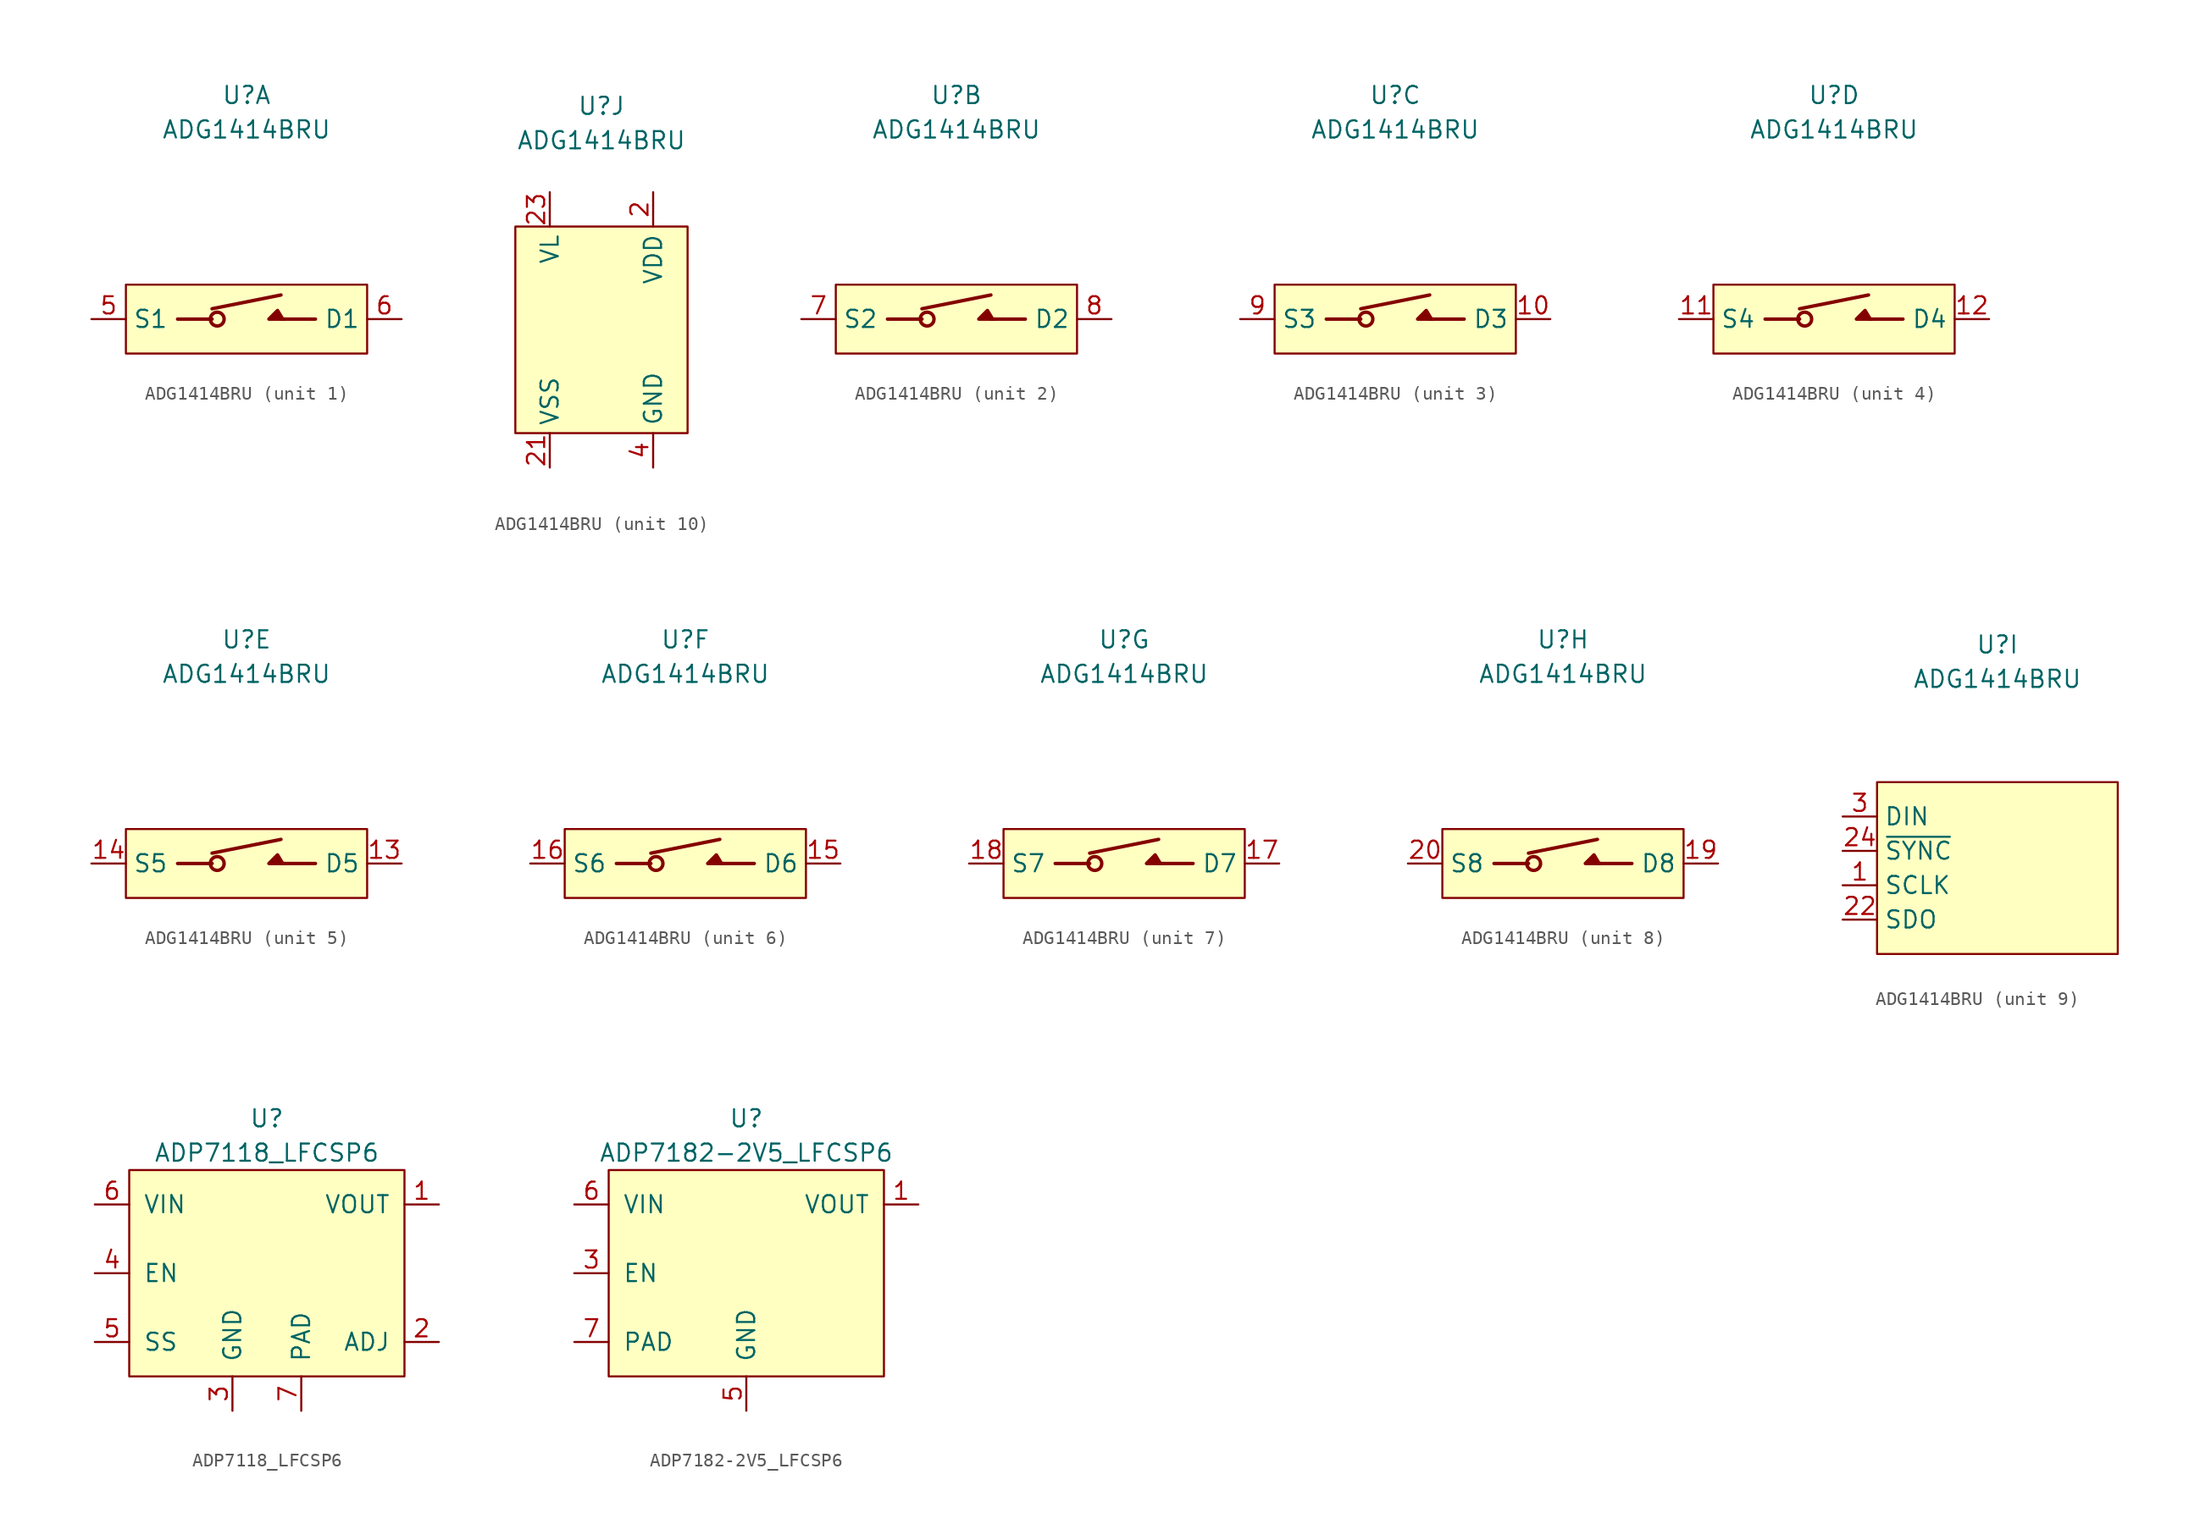
<source format=kicad_sym>
(kicad_symbol_lib
  (version 20220914)
  (generator kicad_symbol_editor)
  (symbol "ADG1414BRU"
    (property "Reference" "U"
      (at 0 16.51 0)
      (effects (font (size 1.27 1.27))))
    (property "Value" "ADG1414BRU"
      (at 0 13.97 0)
      (effects (font (size 1.27 1.27))))
    (symbol "ADG1414BRU_1_0"
      (polyline (pts (xy 2.794 0) (xy 1.651 0) (xy 2.286 0.635) (xy 2.667 0)) (stroke (width 0.254) (type default)) (fill (type outline))))
    (symbol "ADG1414BRU_1_1"
      (rectangle (start -8.89 2.54) (end 8.89 -2.54) (stroke (width 0) (type default)) (fill (type background)))
      (circle (center -2.159 0) (radius 0.508) (stroke (width 0.254) (type default)) (fill (type none)))
      (polyline (pts (xy -5.08 0) (xy -2.54 0)) (stroke (width 0.254) (type default)) (fill (type none)))
      (polyline (pts (xy -2.54 0.762) (xy 2.54 1.778)) (stroke (width 0.254) (type default)) (fill (type none)))
      (polyline (pts (xy 2.54 0) (xy 5.08 0)) (stroke (width 0.254) (type default)) (fill (type none)))
      (pin passive line (at -11.43 0 0) (length 2.54) (name "S1" (effects (font (size 1.27 1.27)))) (number "5" (effects (font (size 1.27 1.27)))))
      (pin passive line (at 11.43 0 180) (length 2.54) (name "D1" (effects (font (size 1.27 1.27)))) (number "6" (effects (font (size 1.27 1.27))))))
    (symbol "ADG1414BRU_2_1"
      (rectangle (start -8.89 2.54) (end 8.89 -2.54) (stroke (width 0) (type default)) (fill (type background)))
      (circle (center -2.159 0) (radius 0.508) (stroke (width 0.254) (type default)) (fill (type none)))
      (polyline (pts (xy -5.08 0) (xy -2.54 0)) (stroke (width 0.254) (type default)) (fill (type none)))
      (polyline (pts (xy -2.54 0.762) (xy 2.54 1.778)) (stroke (width 0.254) (type default)) (fill (type none)))
      (polyline (pts (xy 2.54 0) (xy 5.08 0)) (stroke (width 0.254) (type default)) (fill (type none)))
      (polyline (pts (xy 2.794 0) (xy 1.651 0) (xy 2.286 0.635) (xy 2.667 0)) (stroke (width 0.254) (type default)) (fill (type outline)))
      (pin passive line (at -11.43 0 0) (length 2.54) (name "S2" (effects (font (size 1.27 1.27)))) (number "7" (effects (font (size 1.27 1.27)))))
      (pin passive line (at 11.43 0 180) (length 2.54) (name "D2" (effects (font (size 1.27 1.27)))) (number "8" (effects (font (size 1.27 1.27))))))
    (symbol "ADG1414BRU_3_1"
      (rectangle (start -8.89 2.54) (end 8.89 -2.54) (stroke (width 0) (type default)) (fill (type background)))
      (circle (center -2.159 0) (radius 0.508) (stroke (width 0.254) (type default)) (fill (type none)))
      (polyline (pts (xy -5.08 0) (xy -2.54 0)) (stroke (width 0.254) (type default)) (fill (type none)))
      (polyline (pts (xy -2.54 0.762) (xy 2.54 1.778)) (stroke (width 0.254) (type default)) (fill (type none)))
      (polyline (pts (xy 2.54 0) (xy 5.08 0)) (stroke (width 0.254) (type default)) (fill (type none)))
      (polyline (pts (xy 2.794 0) (xy 1.651 0) (xy 2.286 0.635) (xy 2.667 0)) (stroke (width 0.254) (type default)) (fill (type outline)))
      (pin passive line (at 11.43 0 180) (length 2.54) (name "D3" (effects (font (size 1.27 1.27)))) (number "10" (effects (font (size 1.27 1.27)))))
      (pin passive line (at -11.43 0 0) (length 2.54) (name "S3" (effects (font (size 1.27 1.27)))) (number "9" (effects (font (size 1.27 1.27))))))
    (symbol "ADG1414BRU_4_1"
      (rectangle (start -8.89 2.54) (end 8.89 -2.54) (stroke (width 0) (type default)) (fill (type background)))
      (circle (center -2.159 0) (radius 0.508) (stroke (width 0.254) (type default)) (fill (type none)))
      (polyline (pts (xy -5.08 0) (xy -2.54 0)) (stroke (width 0.254) (type default)) (fill (type none)))
      (polyline (pts (xy -2.54 0.762) (xy 2.54 1.778)) (stroke (width 0.254) (type default)) (fill (type none)))
      (polyline (pts (xy 2.54 0) (xy 5.08 0)) (stroke (width 0.254) (type default)) (fill (type none)))
      (polyline (pts (xy 2.794 0) (xy 1.651 0) (xy 2.286 0.635) (xy 2.667 0)) (stroke (width 0.254) (type default)) (fill (type outline)))
      (pin passive line (at -11.43 0 0) (length 2.54) (name "S4" (effects (font (size 1.27 1.27)))) (number "11" (effects (font (size 1.27 1.27)))))
      (pin passive line (at 11.43 0 180) (length 2.54) (name "D4" (effects (font (size 1.27 1.27)))) (number "12" (effects (font (size 1.27 1.27))))))
    (symbol "ADG1414BRU_5_1"
      (rectangle (start -8.89 2.54) (end 8.89 -2.54) (stroke (width 0) (type default)) (fill (type background)))
      (circle (center -2.159 0) (radius 0.508) (stroke (width 0.254) (type default)) (fill (type none)))
      (polyline (pts (xy -5.08 0) (xy -2.54 0)) (stroke (width 0.254) (type default)) (fill (type none)))
      (polyline (pts (xy -2.54 0.762) (xy 2.54 1.778)) (stroke (width 0.254) (type default)) (fill (type none)))
      (polyline (pts (xy 2.54 0) (xy 5.08 0)) (stroke (width 0.254) (type default)) (fill (type none)))
      (polyline (pts (xy 2.794 0) (xy 1.651 0) (xy 2.286 0.635) (xy 2.667 0)) (stroke (width 0.254) (type default)) (fill (type outline)))
      (pin passive line (at 11.43 0 180) (length 2.54) (name "D5" (effects (font (size 1.27 1.27)))) (number "13" (effects (font (size 1.27 1.27)))))
      (pin passive line (at -11.43 0 0) (length 2.54) (name "S5" (effects (font (size 1.27 1.27)))) (number "14" (effects (font (size 1.27 1.27))))))
    (symbol "ADG1414BRU_6_1"
      (rectangle (start -8.89 2.54) (end 8.89 -2.54) (stroke (width 0) (type default)) (fill (type background)))
      (circle (center -2.159 0) (radius 0.508) (stroke (width 0.254) (type default)) (fill (type none)))
      (polyline (pts (xy -5.08 0) (xy -2.54 0)) (stroke (width 0.254) (type default)) (fill (type none)))
      (polyline (pts (xy -2.54 0.762) (xy 2.54 1.778)) (stroke (width 0.254) (type default)) (fill (type none)))
      (polyline (pts (xy 2.54 0) (xy 5.08 0)) (stroke (width 0.254) (type default)) (fill (type none)))
      (polyline (pts (xy 2.794 0) (xy 1.651 0) (xy 2.286 0.635) (xy 2.667 0)) (stroke (width 0.254) (type default)) (fill (type outline)))
      (pin passive line (at 11.43 0 180) (length 2.54) (name "D6" (effects (font (size 1.27 1.27)))) (number "15" (effects (font (size 1.27 1.27)))))
      (pin passive line (at -11.43 0 0) (length 2.54) (name "S6" (effects (font (size 1.27 1.27)))) (number "16" (effects (font (size 1.27 1.27))))))
    (symbol "ADG1414BRU_7_1"
      (rectangle (start -8.89 2.54) (end 8.89 -2.54) (stroke (width 0) (type default)) (fill (type background)))
      (circle (center -2.159 0) (radius 0.508) (stroke (width 0.254) (type default)) (fill (type none)))
      (polyline (pts (xy -5.08 0) (xy -2.54 0)) (stroke (width 0.254) (type default)) (fill (type none)))
      (polyline (pts (xy -2.54 0.762) (xy 2.54 1.778)) (stroke (width 0.254) (type default)) (fill (type none)))
      (polyline (pts (xy 2.54 0) (xy 5.08 0)) (stroke (width 0.254) (type default)) (fill (type none)))
      (polyline (pts (xy 2.794 0) (xy 1.651 0) (xy 2.286 0.635) (xy 2.667 0)) (stroke (width 0.254) (type default)) (fill (type outline)))
      (pin passive line (at 11.43 0 180) (length 2.54) (name "D7" (effects (font (size 1.27 1.27)))) (number "17" (effects (font (size 1.27 1.27)))))
      (pin passive line (at -11.43 0 0) (length 2.54) (name "S7" (effects (font (size 1.27 1.27)))) (number "18" (effects (font (size 1.27 1.27))))))
    (symbol "ADG1414BRU_8_1"
      (rectangle (start -8.89 2.54) (end 8.89 -2.54) (stroke (width 0) (type default)) (fill (type background)))
      (circle (center -2.159 0) (radius 0.508) (stroke (width 0.254) (type default)) (fill (type none)))
      (polyline (pts (xy -5.08 0) (xy -2.54 0)) (stroke (width 0.254) (type default)) (fill (type none)))
      (polyline (pts (xy -2.54 0.762) (xy 2.54 1.778)) (stroke (width 0.254) (type default)) (fill (type none)))
      (polyline (pts (xy 2.54 0) (xy 5.08 0)) (stroke (width 0.254) (type default)) (fill (type none)))
      (polyline (pts (xy 2.794 0) (xy 1.651 0) (xy 2.286 0.635) (xy 2.667 0)) (stroke (width 0.254) (type default)) (fill (type outline)))
      (pin passive line (at 11.43 0 180) (length 2.54) (name "D8" (effects (font (size 1.27 1.27)))) (number "19" (effects (font (size 1.27 1.27)))))
      (pin passive line (at -11.43 0 0) (length 2.54) (name "S8" (effects (font (size 1.27 1.27)))) (number "20" (effects (font (size 1.27 1.27))))))
    (symbol "ADG1414BRU_9_1"
      (rectangle (start -8.89 6.35) (end 8.89 -6.35) (stroke (width 0) (type default)) (fill (type background)))
      (pin input line (at -11.43 -1.27 0) (length 2.54) (name "SCLK" (effects (font (size 1.27 1.27)))) (number "1" (effects (font (size 1.27 1.27)))))
      (pin open_collector line (at -11.43 -3.81 0) (length 2.54) (name "SDO" (effects (font (size 1.27 1.27)))) (number "22" (effects (font (size 1.27 1.27)))))
      (pin input line (at -11.43 1.27 0) (length 2.54) (name "~{SYNC}" (effects (font (size 1.27 1.27)))) (number "24" (effects (font (size 1.27 1.27)))))
      (pin input line (at -11.43 3.81 0) (length 2.54) (name "DIN" (effects (font (size 1.27 1.27)))) (number "3" (effects (font (size 1.27 1.27))))))
    (symbol "ADG1414BRU_10_1"
      (rectangle (start -6.35 7.62) (end 6.35 -7.62) (stroke (width 0) (type default)) (fill (type background)))
      (pin power_in line (at 3.81 10.16 270) (length 2.54) (name "VDD" (effects (font (size 1.27 1.27)))) (number "2" (effects (font (size 1.27 1.27)))))
      (pin power_in line (at -3.81 -10.16 90) (length 2.54) (name "VSS" (effects (font (size 1.27 1.27)))) (number "21" (effects (font (size 1.27 1.27)))))
      (pin power_in line (at -3.81 10.16 270) (length 2.54) (name "VL" (effects (font (size 1.27 1.27)))) (number "23" (effects (font (size 1.27 1.27)))))
      (pin power_in line (at 3.81 -10.16 90) (length 2.54) (name "GND" (effects (font (size 1.27 1.27)))) (number "4" (effects (font (size 1.27 1.27)))))))
  (symbol "ADP7118_LFCSP6"
    (pin_names
      (offset 1.016))
    (property "Reference" "U"
      (at 0 11.43 0)
      (effects (font (size 1.27 1.27))))
    (property "Value" "ADP7118_LFCSP6"
      (at 0 8.89 0)
      (effects (font (size 1.27 1.27))))
    (symbol "ADP7118_LFCSP6_0_1"
      (rectangle (start -10.16 7.62) (end 10.16 -7.62) (stroke (width 0) (type default)) (fill (type background))))
    (symbol "ADP7118_LFCSP6_1_1"
      (pin power_out line (at 12.7 5.08 180) (length 2.54) (name "VOUT" (effects (font (size 1.27 1.27)))) (number "1" (effects (font (size 1.27 1.27)))))
      (pin passive line (at 12.7 -5.08 180) (length 2.54) (name "ADJ" (effects (font (size 1.27 1.27)))) (number "2" (effects (font (size 1.27 1.27)))))
      (pin passive line (at -2.54 -10.16 90) (length 2.54) (name "GND" (effects (font (size 1.27 1.27)))) (number "3" (effects (font (size 1.27 1.27)))))
      (pin passive line (at -12.7 0 0) (length 2.54) (name "EN" (effects (font (size 1.27 1.27)))) (number "4" (effects (font (size 1.27 1.27)))))
      (pin passive line (at -12.7 -5.08 0) (length 2.54) (name "SS" (effects (font (size 1.27 1.27)))) (number "5" (effects (font (size 1.27 1.27)))))
      (pin power_in line (at -12.7 5.08 0) (length 2.54) (name "VIN" (effects (font (size 1.27 1.27)))) (number "6" (effects (font (size 1.27 1.27)))))
      (pin passive line (at 2.54 -10.16 90) (length 2.54) (name "PAD" (effects (font (size 1.27 1.27)))) (number "7" (effects (font (size 1.27 1.27)))))))
  (symbol "ADP7182-2V5_LFCSP6"
    (pin_names
      (offset 1.016))
    (property "Reference" "U"
      (at 0 11.43 0)
      (effects (font (size 1.27 1.27))))
    (property "Value" "ADP7182-2V5_LFCSP6"
      (at 0 8.89 0)
      (effects (font (size 1.27 1.27))))
    (symbol "ADP7182-2V5_LFCSP6_0_1"
      (rectangle (start -10.16 7.62) (end 10.16 -7.62) (stroke (width 0) (type default)) (fill (type background))))
    (symbol "ADP7182-2V5_LFCSP6_1_1"
      (pin power_out line (at 12.7 5.08 180) (length 2.54) (name "VOUT" (effects (font (size 1.27 1.27)))) (number "1" (effects (font (size 1.27 1.27)))))
      (pin passive non_logic (at 10.16 -5.08 180) (length 0) hide (name "NC" (effects (font (size 1.27 1.27)))) (number "2" (effects (font (size 1.27 1.27)))))
      (pin passive line (at -12.7 0 0) (length 2.54) (name "EN" (effects (font (size 1.27 1.27)))) (number "3" (effects (font (size 1.27 1.27)))))
      (pin no_connect non_logic (at 10.16 0 180) (length 0) hide (name "NC" (effects (font (size 1.27 1.27)))) (number "4" (effects (font (size 1.27 1.27)))))
      (pin passive line (at 0 -10.16 90) (length 2.54) (name "GND" (effects (font (size 1.27 1.27)))) (number "5" (effects (font (size 1.27 1.27)))))
      (pin power_in line (at -12.7 5.08 0) (length 2.54) (name "VIN" (effects (font (size 1.27 1.27)))) (number "6" (effects (font (size 1.27 1.27)))))
      (pin passive line (at -12.7 -5.08 0) (length 2.54) (name "PAD" (effects (font (size 1.27 1.27)))) (number "7" (effects (font (size 1.27 1.27))))))))
</source>
